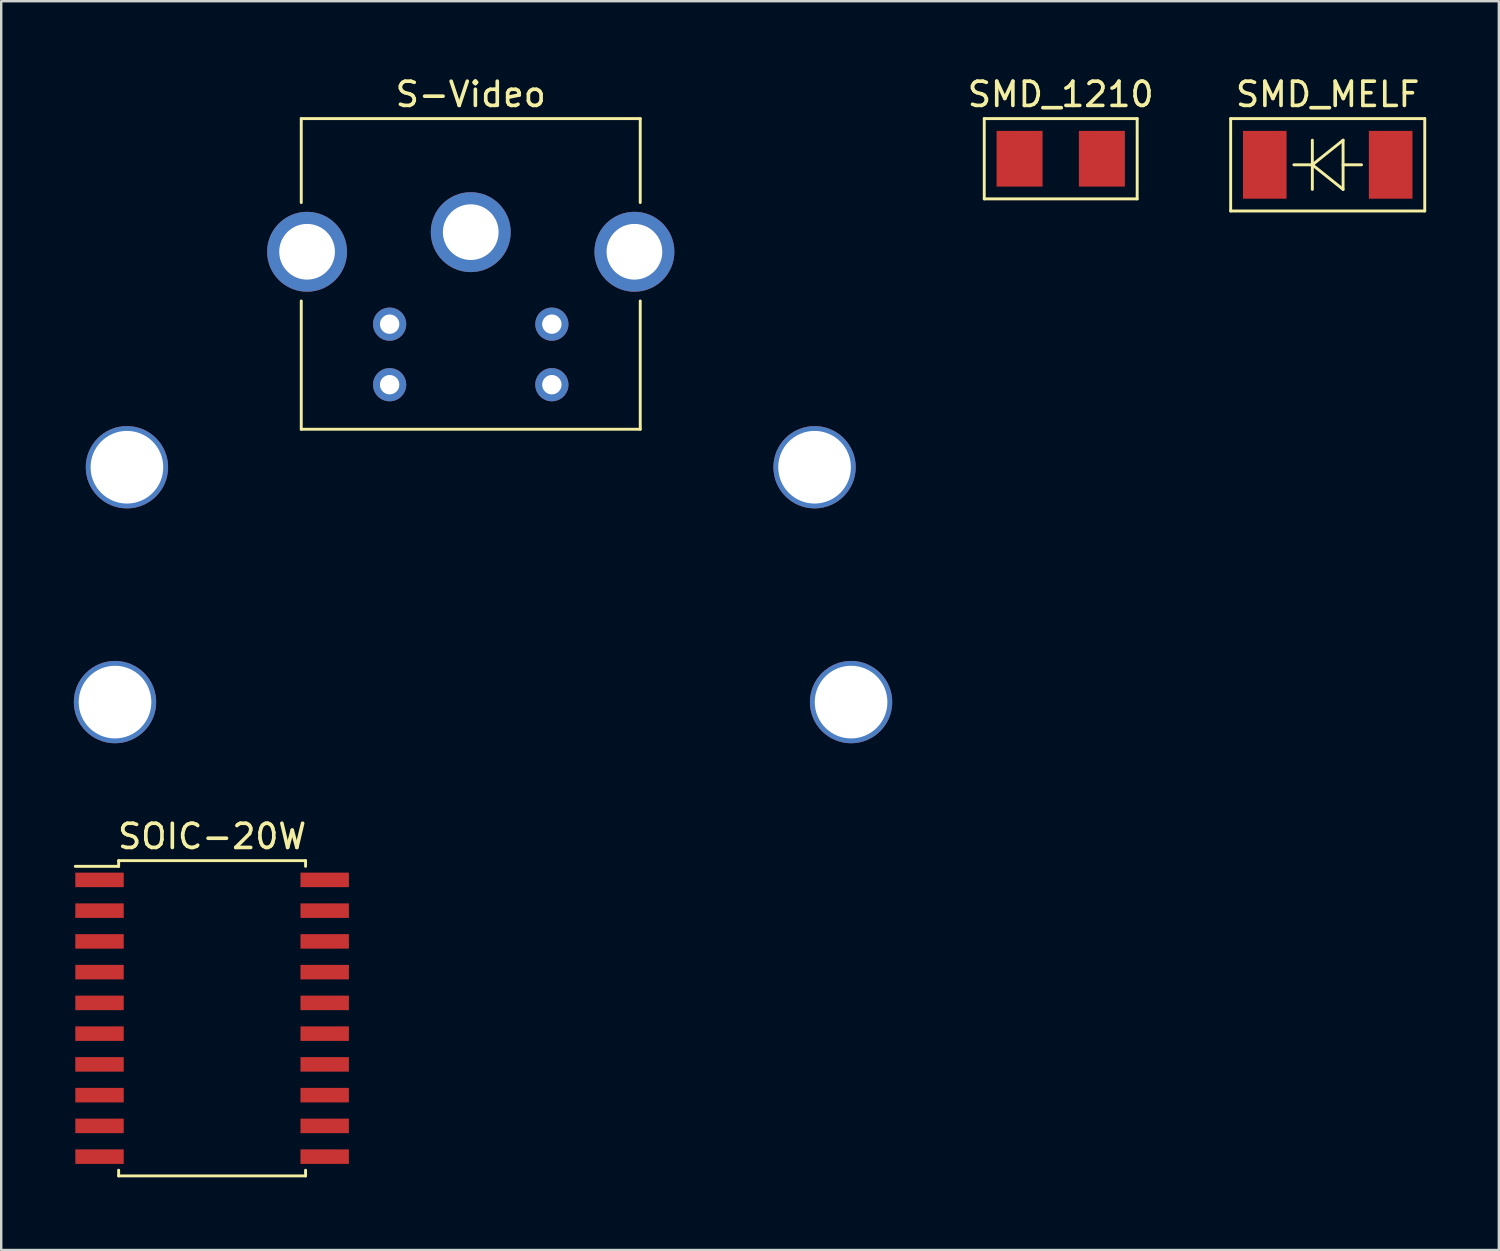
<source format=kicad_pcb>
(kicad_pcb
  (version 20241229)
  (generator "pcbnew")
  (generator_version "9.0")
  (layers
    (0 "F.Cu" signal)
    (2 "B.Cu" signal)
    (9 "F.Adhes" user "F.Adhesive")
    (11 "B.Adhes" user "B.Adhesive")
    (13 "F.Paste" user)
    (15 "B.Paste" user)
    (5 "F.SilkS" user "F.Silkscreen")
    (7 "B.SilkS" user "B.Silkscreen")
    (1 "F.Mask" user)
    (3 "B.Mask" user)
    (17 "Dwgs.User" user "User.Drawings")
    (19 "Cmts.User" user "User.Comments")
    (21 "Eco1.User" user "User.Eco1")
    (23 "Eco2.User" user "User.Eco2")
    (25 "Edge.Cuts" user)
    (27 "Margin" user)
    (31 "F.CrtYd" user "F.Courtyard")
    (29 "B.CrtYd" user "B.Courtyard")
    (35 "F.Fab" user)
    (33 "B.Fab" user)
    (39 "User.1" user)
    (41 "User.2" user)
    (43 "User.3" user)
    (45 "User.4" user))
  (footprint "S-Video"
    (layer "F.Cu")
    (at 16.392 6.538)
    (property "Reference" "S-Video" (at 0 -5.69 0) (layer "F.SilkS") (effects (font (size 1 1) (thickness 0.15))))
    (attr through_hole)
    (fp_line (start -7 -4.69) (end 7 -4.69) (stroke (width 0.12) (type solid)) (layer "F.SilkS"))
    (fp_line (start -7 -1.222) (end -7 -4.69) (stroke (width 0.12) (type solid)) (layer "F.SilkS"))
    (fp_line (start -7 8.14) (end -7 2.842) (stroke (width 0.12) (type solid)) (layer "F.SilkS"))
    (fp_line (start 7 -4.69) (end 7 -1.222) (stroke (width 0.12) (type solid)) (layer "F.SilkS"))
    (fp_line (start 7 2.842) (end 7 8.14) (stroke (width 0.12) (type solid)) (layer "F.SilkS"))
    (fp_line (start 7 8.14) (end -7 8.14) (stroke (width 0.12) (type solid)) (layer "F.SilkS"))
    (pad "0" thru_hole circle (at -14.692 19.409) (size 3.4 3.4) (drill 3) (layers "*.Cu" "*.Mask"))
    (pad "0" thru_hole circle (at -14.2 9.709) (size 3.4 3.4) (drill 3) (layers "*.Cu" "*.Mask"))
    (pad "0" thru_hole circle (at -6.76 0.81) (size 3.3 3.3) (drill 2.3) (layers "*.Cu" "*.Mask"))
    (pad "0" thru_hole circle (at 0 0) (size 3.3 3.3) (drill 2.3) (layers "*.Cu" "*.Mask"))
    (pad "0" thru_hole circle (at 6.76 0.81) (size 3.3 3.3) (drill 2.3) (layers "*.Cu" "*.Mask"))
    (pad "0" thru_hole circle (at 14.2 9.709) (size 3.4 3.4) (drill 3) (layers "*.Cu" "*.Mask"))
    (pad "0" thru_hole circle (at 15.708 19.409) (size 3.4 3.4) (drill 3) (layers "*.Cu" "*.Mask"))
    (pad "1" thru_hole circle (at -3.35 3.8) (size 1.37 1.37) (drill 0.8) (layers "*.Cu" "*.Mask"))
    (pad "2" thru_hole circle (at 3.35 3.8) (size 1.37 1.37) (drill 0.8) (layers "*.Cu" "*.Mask"))
    (pad "3" thru_hole circle (at -3.35 6.3) (size 1.37 1.37) (drill 0.8) (layers "*.Cu" "*.Mask"))
    (pad "4" thru_hole circle (at 3.35 6.3) (size 1.37 1.37) (drill 0.8) (layers "*.Cu" "*.Mask")))
  (footprint "SMD_1210"
    (layer "F.Cu")
    (at 40.758 3.506)
    (property "Reference" "SMD_1210" (at 0 -2.658 0) (layer "F.SilkS") (effects (font (size 1 1) (thickness 0.15))))
    (attr smd)
    (fp_line (start -3.158 -1.658) (end 3.158 -1.658) (stroke (width 0.12) (type solid)) (layer "F.SilkS"))
    (fp_line (start -3.158 1.658) (end -3.158 -1.658) (stroke (width 0.12) (type solid)) (layer "F.SilkS"))
    (fp_line (start 3.158 -1.658) (end 3.158 1.658) (stroke (width 0.12) (type solid)) (layer "F.SilkS"))
    (fp_line (start 3.158 1.658) (end -3.158 1.658) (stroke (width 0.12) (type solid)) (layer "F.SilkS"))
    (pad "1" smd rect (at -1.7 0) (size 1.9 2.3) (layers "F.Cu" "F.Mask" "F.Paste"))
    (pad "2" smd rect (at 1.7 0) (size 1.9 2.3) (layers "F.Cu" "F.Mask" "F.Paste")))
  (footprint "SMD_MELF"
    (layer "F.Cu")
    (at 51.785 3.756)
    (property "Reference" "SMD_MELF" (at 0 -2.908 0) (layer "F.SilkS") (effects (font (size 1 1) (thickness 0.15))))
    (attr smd)
    (fp_line (start -4.008 -1.908) (end 4.008 -1.908) (stroke (width 0.12) (type solid)) (layer "F.SilkS"))
    (fp_line (start -4.008 1.908) (end -4.008 -1.908) (stroke (width 0.12) (type solid)) (layer "F.SilkS"))
    (fp_line (start -1.397 0) (end -0.635 0) (stroke (width 0.12) (type solid)) (layer "F.SilkS"))
    (fp_line (start -0.635 0) (end 0.635 -1.016) (stroke (width 0.12) (type solid)) (layer "F.SilkS"))
    (fp_line (start -0.635 1.016) (end -0.635 -1.016) (stroke (width 0.12) (type solid)) (layer "F.SilkS"))
    (fp_line (start 0.635 -1.016) (end 0.635 1.016) (stroke (width 0.12) (type solid)) (layer "F.SilkS"))
    (fp_line (start 0.635 1.016) (end -0.635 0) (stroke (width 0.12) (type solid)) (layer "F.SilkS"))
    (fp_line (start 1.397 0) (end 0.635 0) (stroke (width 0.12) (type solid)) (layer "F.SilkS"))
    (fp_line (start 4.008 -1.908) (end 4.008 1.908) (stroke (width 0.12) (type solid)) (layer "F.SilkS"))
    (fp_line (start 4.008 1.908) (end -4.008 1.908) (stroke (width 0.12) (type solid)) (layer "F.SilkS"))
    (pad "1" smd custom (at -2.6 0) (size 1.8 2.8) (layers "F.Cu" "F.Mask" "F.Paste") (options (anchor rect)) (primitives))
    (pad "2" smd custom (at 2.6 0) (size 1.8 2.8) (layers "F.Cu" "F.Mask" "F.Paste") (options (anchor rect)) (primitives)))
  (footprint "SOIC-20W"
    (layer "F.Cu")
    (at 5.71 39.005)
    (property "Reference" "SOIC-20W" (at 0 -7.51 0) (layer "F.SilkS") (effects (font (size 1 1) (thickness 0.15))))
    (attr smd)
    (fp_line (start -3.86 -6.51) (end 3.86 -6.51) (stroke (width 0.12) (type solid)) (layer "F.SilkS"))
    (fp_line (start -3.86 -6.275) (end -5.65 -6.275) (stroke (width 0.12) (type solid)) (layer "F.SilkS"))
    (fp_line (start -3.86 -6.275) (end -3.86 -6.51) (stroke (width 0.12) (type solid)) (layer "F.SilkS"))
    (fp_line (start -3.86 6.51) (end -3.86 6.275) (stroke (width 0.12) (type solid)) (layer "F.SilkS"))
    (fp_line (start 3.86 -6.51) (end 3.86 -6.275) (stroke (width 0.12) (type solid)) (layer "F.SilkS"))
    (fp_line (start 3.86 6.275) (end 3.86 6.51) (stroke (width 0.12) (type solid)) (layer "F.SilkS"))
    (fp_line (start 3.86 6.51) (end -3.86 6.51) (stroke (width 0.12) (type solid)) (layer "F.SilkS"))
    (pad "1" smd rect (at -4.65 -5.715) (size 2 0.6) (layers "F.Cu" "F.Mask" "F.Paste"))
    (pad "2" smd rect (at -4.65 -4.445) (size 2 0.6) (layers "F.Cu" "F.Mask" "F.Paste"))
    (pad "3" smd rect (at -4.65 -3.175) (size 2 0.6) (layers "F.Cu" "F.Mask" "F.Paste"))
    (pad "4" smd rect (at -4.65 -1.905) (size 2 0.6) (layers "F.Cu" "F.Mask" "F.Paste"))
    (pad "5" smd rect (at -4.65 -0.635) (size 2 0.6) (layers "F.Cu" "F.Mask" "F.Paste"))
    (pad "6" smd rect (at -4.65 0.635) (size 2 0.6) (layers "F.Cu" "F.Mask" "F.Paste"))
    (pad "7" smd rect (at -4.65 1.905) (size 2 0.6) (layers "F.Cu" "F.Mask" "F.Paste"))
    (pad "8" smd rect (at -4.65 3.175) (size 2 0.6) (layers "F.Cu" "F.Mask" "F.Paste"))
    (pad "9" smd rect (at -4.65 4.445) (size 2 0.6) (layers "F.Cu" "F.Mask" "F.Paste"))
    (pad "10" smd rect (at -4.65 5.715) (size 2 0.6) (layers "F.Cu" "F.Mask" "F.Paste"))
    (pad "11" smd rect (at 4.65 5.715) (size 2 0.6) (layers "F.Cu" "F.Mask" "F.Paste"))
    (pad "12" smd rect (at 4.65 4.445) (size 2 0.6) (layers "F.Cu" "F.Mask" "F.Paste"))
    (pad "13" smd rect (at 4.65 3.175) (size 2 0.6) (layers "F.Cu" "F.Mask" "F.Paste"))
    (pad "14" smd rect (at 4.65 1.905) (size 2 0.6) (layers "F.Cu" "F.Mask" "F.Paste"))
    (pad "15" smd rect (at 4.65 0.635) (size 2 0.6) (layers "F.Cu" "F.Mask" "F.Paste"))
    (pad "16" smd rect (at 4.65 -0.635) (size 2 0.6) (layers "F.Cu" "F.Mask" "F.Paste"))
    (pad "17" smd rect (at 4.65 -1.905) (size 2 0.6) (layers "F.Cu" "F.Mask" "F.Paste"))
    (pad "18" smd rect (at 4.65 -3.175) (size 2 0.6) (layers "F.Cu" "F.Mask" "F.Paste"))
    (pad "19" smd rect (at 4.65 -4.445) (size 2 0.6) (layers "F.Cu" "F.Mask" "F.Paste"))
    (pad "20" smd rect (at 4.65 -5.715) (size 2 0.6) (layers "F.Cu" "F.Mask" "F.Paste")))
  (gr_rect
    (start -3 -3)
    (end 58.853 48.575)
    (stroke (width 0.1) (type default))
    (fill no)
    (layer "Edge.Cuts")))
</source>
